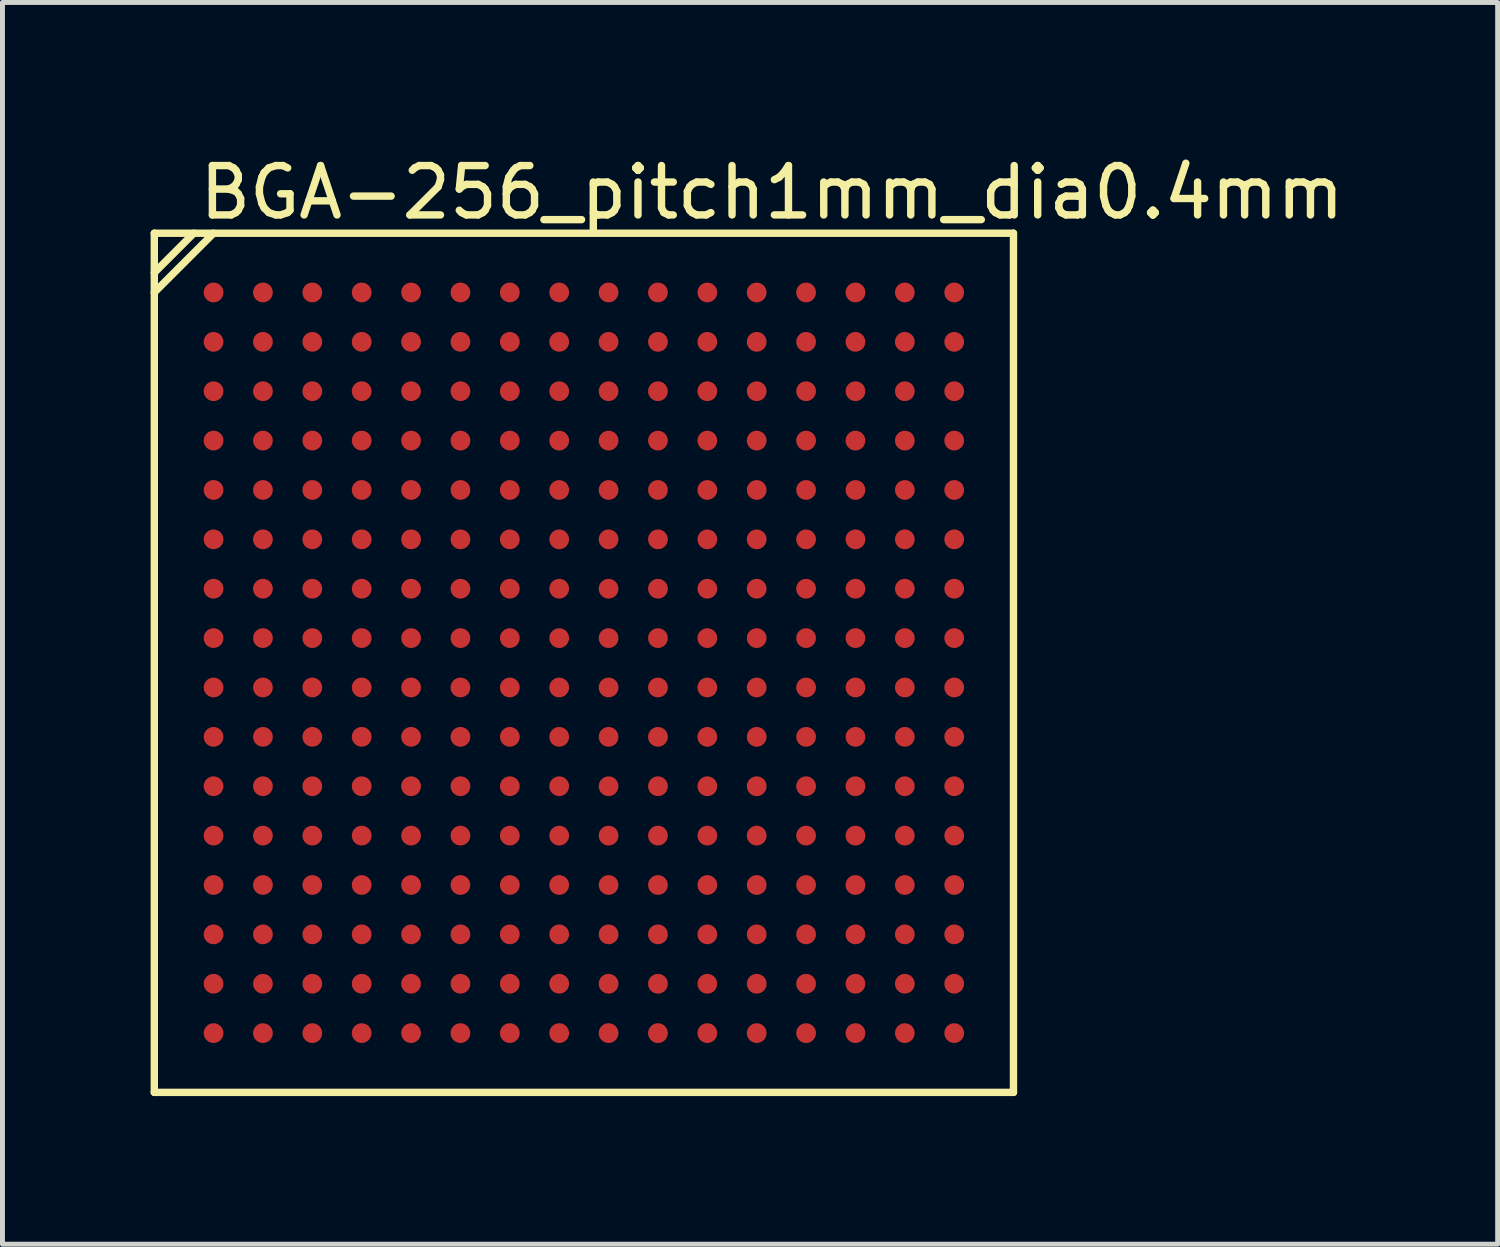
<source format=kicad_pcb>
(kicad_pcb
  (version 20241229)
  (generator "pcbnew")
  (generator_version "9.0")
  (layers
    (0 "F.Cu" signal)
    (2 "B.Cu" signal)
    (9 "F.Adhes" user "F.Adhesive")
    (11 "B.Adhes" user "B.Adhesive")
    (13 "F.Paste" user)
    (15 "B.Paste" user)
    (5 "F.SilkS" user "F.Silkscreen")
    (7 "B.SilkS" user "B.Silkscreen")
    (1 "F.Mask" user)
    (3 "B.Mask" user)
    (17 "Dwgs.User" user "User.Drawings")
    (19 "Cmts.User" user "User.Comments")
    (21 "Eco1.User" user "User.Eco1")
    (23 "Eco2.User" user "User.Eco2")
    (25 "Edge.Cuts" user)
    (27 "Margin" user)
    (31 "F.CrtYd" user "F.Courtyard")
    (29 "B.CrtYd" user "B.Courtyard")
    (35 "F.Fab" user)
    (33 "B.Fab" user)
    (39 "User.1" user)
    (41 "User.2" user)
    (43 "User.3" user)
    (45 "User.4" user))
  (footprint "BGA-256_pitch1mm_dia0.4mm"
    (layer "F.Cu")
    (at 8.775 10.373)
    (property "Reference" "BGA-256_pitch1mm_dia0.4mm" (at 3.81 -9.525 0) (layer "F.SilkS") (effects (font (size 1 1) (thickness 0.15))))
    (attr smd)
    (fp_line (start -8.7 -8.7) (end 8.7 -8.7) (stroke (width 0.15) (type solid)) (layer "F.SilkS"))
    (fp_line (start -8.7 -7.9) (end -7.9 -8.7) (stroke (width 0.15) (type solid)) (layer "F.SilkS"))
    (fp_line (start -8.7 -7.5) (end -7.5 -8.7) (stroke (width 0.15) (type solid)) (layer "F.SilkS"))
    (fp_line (start -8.7 8.7) (end -8.7 -8.7) (stroke (width 0.15) (type solid)) (layer "F.SilkS"))
    (fp_line (start 8.7 -8.7) (end 8.7 8.7) (stroke (width 0.15) (type solid)) (layer "F.SilkS"))
    (fp_line (start 8.7 8.7) (end -8.7 8.7) (stroke (width 0.15) (type solid)) (layer "F.SilkS"))
    (pad "A1" smd circle (at -7.5 -7.5) (size 0.4 0.4) (layers "F.Cu" "F.Mask" "F.Paste"))
    (pad "A2" smd circle (at -6.5 -7.5) (size 0.4 0.4) (layers "F.Cu" "F.Mask" "F.Paste"))
    (pad "A3" smd circle (at -5.5 -7.5) (size 0.4 0.4) (layers "F.Cu" "F.Mask" "F.Paste"))
    (pad "A4" smd circle (at -4.5 -7.5) (size 0.4 0.4) (layers "F.Cu" "F.Mask" "F.Paste"))
    (pad "A5" smd circle (at -3.5 -7.5) (size 0.4 0.4) (layers "F.Cu" "F.Mask" "F.Paste"))
    (pad "A6" smd circle (at -2.5 -7.5) (size 0.4 0.4) (layers "F.Cu" "F.Mask" "F.Paste"))
    (pad "A7" smd circle (at -1.5 -7.5) (size 0.4 0.4) (layers "F.Cu" "F.Mask" "F.Paste"))
    (pad "A8" smd circle (at -0.5 -7.5) (size 0.4 0.4) (layers "F.Cu" "F.Mask" "F.Paste"))
    (pad "A9" smd circle (at 0.5 -7.5) (size 0.4 0.4) (layers "F.Cu" "F.Mask" "F.Paste"))
    (pad "A10" smd circle (at 1.5 -7.5) (size 0.4 0.4) (layers "F.Cu" "F.Mask" "F.Paste"))
    (pad "A11" smd circle (at 2.5 -7.5) (size 0.4 0.4) (layers "F.Cu" "F.Mask" "F.Paste"))
    (pad "A12" smd circle (at 3.5 -7.5) (size 0.4 0.4) (layers "F.Cu" "F.Mask" "F.Paste"))
    (pad "A13" smd circle (at 4.5 -7.5) (size 0.4 0.4) (layers "F.Cu" "F.Mask" "F.Paste"))
    (pad "A14" smd circle (at 5.5 -7.5) (size 0.4 0.4) (layers "F.Cu" "F.Mask" "F.Paste"))
    (pad "A15" smd circle (at 6.5 -7.5) (size 0.4 0.4) (layers "F.Cu" "F.Mask" "F.Paste"))
    (pad "A16" smd circle (at 7.5 -7.5) (size 0.4 0.4) (layers "F.Cu" "F.Mask" "F.Paste"))
    (pad "B1" smd circle (at -7.5 -6.5) (size 0.4 0.4) (layers "F.Cu" "F.Mask" "F.Paste"))
    (pad "B2" smd circle (at -6.5 -6.5) (size 0.4 0.4) (layers "F.Cu" "F.Mask" "F.Paste"))
    (pad "B3" smd circle (at -5.5 -6.5) (size 0.4 0.4) (layers "F.Cu" "F.Mask" "F.Paste"))
    (pad "B4" smd circle (at -4.5 -6.5) (size 0.4 0.4) (layers "F.Cu" "F.Mask" "F.Paste"))
    (pad "B5" smd circle (at -3.5 -6.5) (size 0.4 0.4) (layers "F.Cu" "F.Mask" "F.Paste"))
    (pad "B6" smd circle (at -2.5 -6.5) (size 0.4 0.4) (layers "F.Cu" "F.Mask" "F.Paste"))
    (pad "B7" smd circle (at -1.5 -6.5) (size 0.4 0.4) (layers "F.Cu" "F.Mask" "F.Paste"))
    (pad "B8" smd circle (at -0.5 -6.5) (size 0.4 0.4) (layers "F.Cu" "F.Mask" "F.Paste"))
    (pad "B9" smd circle (at 0.5 -6.5) (size 0.4 0.4) (layers "F.Cu" "F.Mask" "F.Paste"))
    (pad "B10" smd circle (at 1.5 -6.5) (size 0.4 0.4) (layers "F.Cu" "F.Mask" "F.Paste"))
    (pad "B11" smd circle (at 2.5 -6.5) (size 0.4 0.4) (layers "F.Cu" "F.Mask" "F.Paste"))
    (pad "B12" smd circle (at 3.5 -6.5) (size 0.4 0.4) (layers "F.Cu" "F.Mask" "F.Paste"))
    (pad "B13" smd circle (at 4.5 -6.5) (size 0.4 0.4) (layers "F.Cu" "F.Mask" "F.Paste"))
    (pad "B14" smd circle (at 5.5 -6.5) (size 0.4 0.4) (layers "F.Cu" "F.Mask" "F.Paste"))
    (pad "B15" smd circle (at 6.5 -6.5) (size 0.4 0.4) (layers "F.Cu" "F.Mask" "F.Paste"))
    (pad "B16" smd circle (at 7.5 -6.5) (size 0.4 0.4) (layers "F.Cu" "F.Mask" "F.Paste"))
    (pad "C1" smd circle (at -7.5 -5.5) (size 0.4 0.4) (layers "F.Cu" "F.Mask" "F.Paste"))
    (pad "C2" smd circle (at -6.5 -5.5) (size 0.4 0.4) (layers "F.Cu" "F.Mask" "F.Paste"))
    (pad "C3" smd circle (at -5.5 -5.5) (size 0.4 0.4) (layers "F.Cu" "F.Mask" "F.Paste"))
    (pad "C4" smd circle (at -4.5 -5.5) (size 0.4 0.4) (layers "F.Cu" "F.Mask" "F.Paste"))
    (pad "C5" smd circle (at -3.5 -5.5) (size 0.4 0.4) (layers "F.Cu" "F.Mask" "F.Paste"))
    (pad "C6" smd circle (at -2.5 -5.5) (size 0.4 0.4) (layers "F.Cu" "F.Mask" "F.Paste"))
    (pad "C7" smd circle (at -1.5 -5.5) (size 0.4 0.4) (layers "F.Cu" "F.Mask" "F.Paste"))
    (pad "C8" smd circle (at -0.5 -5.5) (size 0.4 0.4) (layers "F.Cu" "F.Mask" "F.Paste"))
    (pad "C9" smd circle (at 0.5 -5.5) (size 0.4 0.4) (layers "F.Cu" "F.Mask" "F.Paste"))
    (pad "C10" smd circle (at 1.5 -5.5) (size 0.4 0.4) (layers "F.Cu" "F.Mask" "F.Paste"))
    (pad "C11" smd circle (at 2.5 -5.5) (size 0.4 0.4) (layers "F.Cu" "F.Mask" "F.Paste"))
    (pad "C12" smd circle (at 3.5 -5.5) (size 0.4 0.4) (layers "F.Cu" "F.Mask" "F.Paste"))
    (pad "C13" smd circle (at 4.5 -5.5) (size 0.4 0.4) (layers "F.Cu" "F.Mask" "F.Paste"))
    (pad "C14" smd circle (at 5.5 -5.5) (size 0.4 0.4) (layers "F.Cu" "F.Mask" "F.Paste"))
    (pad "C15" smd circle (at 6.5 -5.5) (size 0.4 0.4) (layers "F.Cu" "F.Mask" "F.Paste"))
    (pad "C16" smd circle (at 7.5 -5.5) (size 0.4 0.4) (layers "F.Cu" "F.Mask" "F.Paste"))
    (pad "D1" smd circle (at -7.5 -4.5) (size 0.4 0.4) (layers "F.Cu" "F.Mask" "F.Paste"))
    (pad "D2" smd circle (at -6.5 -4.5) (size 0.4 0.4) (layers "F.Cu" "F.Mask" "F.Paste"))
    (pad "D3" smd circle (at -5.5 -4.5) (size 0.4 0.4) (layers "F.Cu" "F.Mask" "F.Paste"))
    (pad "D4" smd circle (at -4.5 -4.5) (size 0.4 0.4) (layers "F.Cu" "F.Mask" "F.Paste"))
    (pad "D5" smd circle (at -3.5 -4.5) (size 0.4 0.4) (layers "F.Cu" "F.Mask" "F.Paste"))
    (pad "D6" smd circle (at -2.5 -4.5) (size 0.4 0.4) (layers "F.Cu" "F.Mask" "F.Paste"))
    (pad "D7" smd circle (at -1.5 -4.5) (size 0.4 0.4) (layers "F.Cu" "F.Mask" "F.Paste"))
    (pad "D8" smd circle (at -0.5 -4.5) (size 0.4 0.4) (layers "F.Cu" "F.Mask" "F.Paste"))
    (pad "D9" smd circle (at 0.5 -4.5) (size 0.4 0.4) (layers "F.Cu" "F.Mask" "F.Paste"))
    (pad "D10" smd circle (at 1.5 -4.5) (size 0.4 0.4) (layers "F.Cu" "F.Mask" "F.Paste"))
    (pad "D11" smd circle (at 2.5 -4.5) (size 0.4 0.4) (layers "F.Cu" "F.Mask" "F.Paste"))
    (pad "D12" smd circle (at 3.5 -4.5) (size 0.4 0.4) (layers "F.Cu" "F.Mask" "F.Paste"))
    (pad "D13" smd circle (at 4.5 -4.5) (size 0.4 0.4) (layers "F.Cu" "F.Mask" "F.Paste"))
    (pad "D14" smd circle (at 5.5 -4.5) (size 0.4 0.4) (layers "F.Cu" "F.Mask" "F.Paste"))
    (pad "D15" smd circle (at 6.5 -4.5) (size 0.4 0.4) (layers "F.Cu" "F.Mask" "F.Paste"))
    (pad "D16" smd circle (at 7.5 -4.5) (size 0.4 0.4) (layers "F.Cu" "F.Mask" "F.Paste"))
    (pad "E1" smd circle (at -7.5 -3.5) (size 0.4 0.4) (layers "F.Cu" "F.Mask" "F.Paste"))
    (pad "E2" smd circle (at -6.5 -3.5) (size 0.4 0.4) (layers "F.Cu" "F.Mask" "F.Paste"))
    (pad "E3" smd circle (at -5.5 -3.5) (size 0.4 0.4) (layers "F.Cu" "F.Mask" "F.Paste"))
    (pad "E4" smd circle (at -4.5 -3.5) (size 0.4 0.4) (layers "F.Cu" "F.Mask" "F.Paste"))
    (pad "E5" smd circle (at -3.5 -3.5) (size 0.4 0.4) (layers "F.Cu" "F.Mask" "F.Paste"))
    (pad "E6" smd circle (at -2.5 -3.5) (size 0.4 0.4) (layers "F.Cu" "F.Mask" "F.Paste"))
    (pad "E7" smd circle (at -1.5 -3.5) (size 0.4 0.4) (layers "F.Cu" "F.Mask" "F.Paste"))
    (pad "E8" smd circle (at -0.5 -3.5) (size 0.4 0.4) (layers "F.Cu" "F.Mask" "F.Paste"))
    (pad "E9" smd circle (at 0.5 -3.5) (size 0.4 0.4) (layers "F.Cu" "F.Mask" "F.Paste"))
    (pad "E10" smd circle (at 1.5 -3.5) (size 0.4 0.4) (layers "F.Cu" "F.Mask" "F.Paste"))
    (pad "E11" smd circle (at 2.5 -3.5) (size 0.4 0.4) (layers "F.Cu" "F.Mask" "F.Paste"))
    (pad "E12" smd circle (at 3.5 -3.5) (size 0.4 0.4) (layers "F.Cu" "F.Mask" "F.Paste"))
    (pad "E13" smd circle (at 4.5 -3.5) (size 0.4 0.4) (layers "F.Cu" "F.Mask" "F.Paste"))
    (pad "E14" smd circle (at 5.5 -3.5) (size 0.4 0.4) (layers "F.Cu" "F.Mask" "F.Paste"))
    (pad "E15" smd circle (at 6.5 -3.5) (size 0.4 0.4) (layers "F.Cu" "F.Mask" "F.Paste"))
    (pad "E16" smd circle (at 7.5 -3.5) (size 0.4 0.4) (layers "F.Cu" "F.Mask" "F.Paste"))
    (pad "F1" smd circle (at -7.5 -2.5) (size 0.4 0.4) (layers "F.Cu" "F.Mask" "F.Paste"))
    (pad "F2" smd circle (at -6.5 -2.5) (size 0.4 0.4) (layers "F.Cu" "F.Mask" "F.Paste"))
    (pad "F3" smd circle (at -5.5 -2.5) (size 0.4 0.4) (layers "F.Cu" "F.Mask" "F.Paste"))
    (pad "F4" smd circle (at -4.5 -2.5) (size 0.4 0.4) (layers "F.Cu" "F.Mask" "F.Paste"))
    (pad "F5" smd circle (at -3.5 -2.5) (size 0.4 0.4) (layers "F.Cu" "F.Mask" "F.Paste"))
    (pad "F6" smd circle (at -2.5 -2.5) (size 0.4 0.4) (layers "F.Cu" "F.Mask" "F.Paste"))
    (pad "F7" smd circle (at -1.5 -2.5) (size 0.4 0.4) (layers "F.Cu" "F.Mask" "F.Paste"))
    (pad "F8" smd circle (at -0.5 -2.5) (size 0.4 0.4) (layers "F.Cu" "F.Mask" "F.Paste"))
    (pad "F9" smd circle (at 0.5 -2.5) (size 0.4 0.4) (layers "F.Cu" "F.Mask" "F.Paste"))
    (pad "F10" smd circle (at 1.5 -2.5) (size 0.4 0.4) (layers "F.Cu" "F.Mask" "F.Paste"))
    (pad "F11" smd circle (at 2.5 -2.5) (size 0.4 0.4) (layers "F.Cu" "F.Mask" "F.Paste"))
    (pad "F12" smd circle (at 3.5 -2.5) (size 0.4 0.4) (layers "F.Cu" "F.Mask" "F.Paste"))
    (pad "F13" smd circle (at 4.5 -2.5) (size 0.4 0.4) (layers "F.Cu" "F.Mask" "F.Paste"))
    (pad "F14" smd circle (at 5.5 -2.5) (size 0.4 0.4) (layers "F.Cu" "F.Mask" "F.Paste"))
    (pad "F15" smd circle (at 6.5 -2.5) (size 0.4 0.4) (layers "F.Cu" "F.Mask" "F.Paste"))
    (pad "F16" smd circle (at 7.5 -2.5) (size 0.4 0.4) (layers "F.Cu" "F.Mask" "F.Paste"))
    (pad "G1" smd circle (at -7.5 -1.5) (size 0.4 0.4) (layers "F.Cu" "F.Mask" "F.Paste"))
    (pad "G2" smd circle (at -6.5 -1.5) (size 0.4 0.4) (layers "F.Cu" "F.Mask" "F.Paste"))
    (pad "G3" smd circle (at -5.5 -1.5) (size 0.4 0.4) (layers "F.Cu" "F.Mask" "F.Paste"))
    (pad "G4" smd circle (at -4.5 -1.5) (size 0.4 0.4) (layers "F.Cu" "F.Mask" "F.Paste"))
    (pad "G5" smd circle (at -3.5 -1.5) (size 0.4 0.4) (layers "F.Cu" "F.Mask" "F.Paste"))
    (pad "G6" smd circle (at -2.5 -1.5) (size 0.4 0.4) (layers "F.Cu" "F.Mask" "F.Paste"))
    (pad "G7" smd circle (at -1.5 -1.5) (size 0.4 0.4) (layers "F.Cu" "F.Mask" "F.Paste"))
    (pad "G8" smd circle (at -0.5 -1.5) (size 0.4 0.4) (layers "F.Cu" "F.Mask" "F.Paste"))
    (pad "G9" smd circle (at 0.5 -1.5) (size 0.4 0.4) (layers "F.Cu" "F.Mask" "F.Paste"))
    (pad "G10" smd circle (at 1.5 -1.5) (size 0.4 0.4) (layers "F.Cu" "F.Mask" "F.Paste"))
    (pad "G11" smd circle (at 2.5 -1.5) (size 0.4 0.4) (layers "F.Cu" "F.Mask" "F.Paste"))
    (pad "G12" smd circle (at 3.5 -1.5) (size 0.4 0.4) (layers "F.Cu" "F.Mask" "F.Paste"))
    (pad "G13" smd circle (at 4.5 -1.5) (size 0.4 0.4) (layers "F.Cu" "F.Mask" "F.Paste"))
    (pad "G14" smd circle (at 5.5 -1.5) (size 0.4 0.4) (layers "F.Cu" "F.Mask" "F.Paste"))
    (pad "G15" smd circle (at 6.5 -1.5) (size 0.4 0.4) (layers "F.Cu" "F.Mask" "F.Paste"))
    (pad "G16" smd circle (at 7.5 -1.5) (size 0.4 0.4) (layers "F.Cu" "F.Mask" "F.Paste"))
    (pad "H1" smd circle (at -7.5 -0.5) (size 0.4 0.4) (layers "F.Cu" "F.Mask" "F.Paste"))
    (pad "H2" smd circle (at -6.5 -0.5) (size 0.4 0.4) (layers "F.Cu" "F.Mask" "F.Paste"))
    (pad "H3" smd circle (at -5.5 -0.5) (size 0.4 0.4) (layers "F.Cu" "F.Mask" "F.Paste"))
    (pad "H4" smd circle (at -4.5 -0.5) (size 0.4 0.4) (layers "F.Cu" "F.Mask" "F.Paste"))
    (pad "H5" smd circle (at -3.5 -0.5) (size 0.4 0.4) (layers "F.Cu" "F.Mask" "F.Paste"))
    (pad "H6" smd circle (at -2.5 -0.5) (size 0.4 0.4) (layers "F.Cu" "F.Mask" "F.Paste"))
    (pad "H7" smd circle (at -1.5 -0.5) (size 0.4 0.4) (layers "F.Cu" "F.Mask" "F.Paste"))
    (pad "H8" smd circle (at -0.5 -0.5) (size 0.4 0.4) (layers "F.Cu" "F.Mask" "F.Paste"))
    (pad "H9" smd circle (at 0.5 -0.5) (size 0.4 0.4) (layers "F.Cu" "F.Mask" "F.Paste"))
    (pad "H10" smd circle (at 1.5 -0.5) (size 0.4 0.4) (layers "F.Cu" "F.Mask" "F.Paste"))
    (pad "H11" smd circle (at 2.5 -0.5) (size 0.4 0.4) (layers "F.Cu" "F.Mask" "F.Paste"))
    (pad "H12" smd circle (at 3.5 -0.5) (size 0.4 0.4) (layers "F.Cu" "F.Mask" "F.Paste"))
    (pad "H13" smd circle (at 4.5 -0.5) (size 0.4 0.4) (layers "F.Cu" "F.Mask" "F.Paste"))
    (pad "H14" smd circle (at 5.5 -0.5) (size 0.4 0.4) (layers "F.Cu" "F.Mask" "F.Paste"))
    (pad "H15" smd circle (at 6.5 -0.5) (size 0.4 0.4) (layers "F.Cu" "F.Mask" "F.Paste"))
    (pad "H16" smd circle (at 7.5 -0.5) (size 0.4 0.4) (layers "F.Cu" "F.Mask" "F.Paste"))
    (pad "J1" smd circle (at -7.5 0.5) (size 0.4 0.4) (layers "F.Cu" "F.Mask" "F.Paste"))
    (pad "J2" smd circle (at -6.5 0.5) (size 0.4 0.4) (layers "F.Cu" "F.Mask" "F.Paste"))
    (pad "J3" smd circle (at -5.5 0.5) (size 0.4 0.4) (layers "F.Cu" "F.Mask" "F.Paste"))
    (pad "J4" smd circle (at -4.5 0.5) (size 0.4 0.4) (layers "F.Cu" "F.Mask" "F.Paste"))
    (pad "J5" smd circle (at -3.5 0.5) (size 0.4 0.4) (layers "F.Cu" "F.Mask" "F.Paste"))
    (pad "J6" smd circle (at -2.5 0.5) (size 0.4 0.4) (layers "F.Cu" "F.Mask" "F.Paste"))
    (pad "J7" smd circle (at -1.5 0.5) (size 0.4 0.4) (layers "F.Cu" "F.Mask" "F.Paste"))
    (pad "J8" smd circle (at -0.5 0.5) (size 0.4 0.4) (layers "F.Cu" "F.Mask" "F.Paste"))
    (pad "J9" smd circle (at 0.5 0.5) (size 0.4 0.4) (layers "F.Cu" "F.Mask" "F.Paste"))
    (pad "J10" smd circle (at 1.5 0.5) (size 0.4 0.4) (layers "F.Cu" "F.Mask" "F.Paste"))
    (pad "J11" smd circle (at 2.5 0.5) (size 0.4 0.4) (layers "F.Cu" "F.Mask" "F.Paste"))
    (pad "J12" smd circle (at 3.5 0.5) (size 0.4 0.4) (layers "F.Cu" "F.Mask" "F.Paste"))
    (pad "J13" smd circle (at 4.5 0.5) (size 0.4 0.4) (layers "F.Cu" "F.Mask" "F.Paste"))
    (pad "J14" smd circle (at 5.5 0.5) (size 0.4 0.4) (layers "F.Cu" "F.Mask" "F.Paste"))
    (pad "J15" smd circle (at 6.5 0.5) (size 0.4 0.4) (layers "F.Cu" "F.Mask" "F.Paste"))
    (pad "J16" smd circle (at 7.5 0.5) (size 0.4 0.4) (layers "F.Cu" "F.Mask" "F.Paste"))
    (pad "K1" smd circle (at -7.5 1.5) (size 0.4 0.4) (layers "F.Cu" "F.Mask" "F.Paste"))
    (pad "K2" smd circle (at -6.5 1.5) (size 0.4 0.4) (layers "F.Cu" "F.Mask" "F.Paste"))
    (pad "K3" smd circle (at -5.5 1.5) (size 0.4 0.4) (layers "F.Cu" "F.Mask" "F.Paste"))
    (pad "K4" smd circle (at -4.5 1.5) (size 0.4 0.4) (layers "F.Cu" "F.Mask" "F.Paste"))
    (pad "K5" smd circle (at -3.5 1.5) (size 0.4 0.4) (layers "F.Cu" "F.Mask" "F.Paste"))
    (pad "K6" smd circle (at -2.5 1.5) (size 0.4 0.4) (layers "F.Cu" "F.Mask" "F.Paste"))
    (pad "K7" smd circle (at -1.5 1.5) (size 0.4 0.4) (layers "F.Cu" "F.Mask" "F.Paste"))
    (pad "K8" smd circle (at -0.5 1.5) (size 0.4 0.4) (layers "F.Cu" "F.Mask" "F.Paste"))
    (pad "K9" smd circle (at 0.5 1.5) (size 0.4 0.4) (layers "F.Cu" "F.Mask" "F.Paste"))
    (pad "K10" smd circle (at 1.5 1.5) (size 0.4 0.4) (layers "F.Cu" "F.Mask" "F.Paste"))
    (pad "K11" smd circle (at 2.5 1.5) (size 0.4 0.4) (layers "F.Cu" "F.Mask" "F.Paste"))
    (pad "K12" smd circle (at 3.5 1.5) (size 0.4 0.4) (layers "F.Cu" "F.Mask" "F.Paste"))
    (pad "K13" smd circle (at 4.5 1.5) (size 0.4 0.4) (layers "F.Cu" "F.Mask" "F.Paste"))
    (pad "K14" smd circle (at 5.5 1.5) (size 0.4 0.4) (layers "F.Cu" "F.Mask" "F.Paste"))
    (pad "K15" smd circle (at 6.5 1.5) (size 0.4 0.4) (layers "F.Cu" "F.Mask" "F.Paste"))
    (pad "K16" smd circle (at 7.5 1.5) (size 0.4 0.4) (layers "F.Cu" "F.Mask" "F.Paste"))
    (pad "L1" smd circle (at -7.5 2.5) (size 0.4 0.4) (layers "F.Cu" "F.Mask" "F.Paste"))
    (pad "L2" smd circle (at -6.5 2.5) (size 0.4 0.4) (layers "F.Cu" "F.Mask" "F.Paste"))
    (pad "L3" smd circle (at -5.5 2.5) (size 0.4 0.4) (layers "F.Cu" "F.Mask" "F.Paste"))
    (pad "L4" smd circle (at -4.5 2.5) (size 0.4 0.4) (layers "F.Cu" "F.Mask" "F.Paste"))
    (pad "L5" smd circle (at -3.5 2.5) (size 0.4 0.4) (layers "F.Cu" "F.Mask" "F.Paste"))
    (pad "L6" smd circle (at -2.5 2.5) (size 0.4 0.4) (layers "F.Cu" "F.Mask" "F.Paste"))
    (pad "L7" smd circle (at -1.5 2.5) (size 0.4 0.4) (layers "F.Cu" "F.Mask" "F.Paste"))
    (pad "L8" smd circle (at -0.5 2.5) (size 0.4 0.4) (layers "F.Cu" "F.Mask" "F.Paste"))
    (pad "L9" smd circle (at 0.5 2.5) (size 0.4 0.4) (layers "F.Cu" "F.Mask" "F.Paste"))
    (pad "L10" smd circle (at 1.5 2.5) (size 0.4 0.4) (layers "F.Cu" "F.Mask" "F.Paste"))
    (pad "L11" smd circle (at 2.5 2.5) (size 0.4 0.4) (layers "F.Cu" "F.Mask" "F.Paste"))
    (pad "L12" smd circle (at 3.5 2.5) (size 0.4 0.4) (layers "F.Cu" "F.Mask" "F.Paste"))
    (pad "L13" smd circle (at 4.5 2.5) (size 0.4 0.4) (layers "F.Cu" "F.Mask" "F.Paste"))
    (pad "L14" smd circle (at 5.5 2.5) (size 0.4 0.4) (layers "F.Cu" "F.Mask" "F.Paste"))
    (pad "L15" smd circle (at 6.5 2.5) (size 0.4 0.4) (layers "F.Cu" "F.Mask" "F.Paste"))
    (pad "L16" smd circle (at 7.5 2.5) (size 0.4 0.4) (layers "F.Cu" "F.Mask" "F.Paste"))
    (pad "M1" smd circle (at -7.5 3.5) (size 0.4 0.4) (layers "F.Cu" "F.Mask" "F.Paste"))
    (pad "M2" smd circle (at -6.5 3.5) (size 0.4 0.4) (layers "F.Cu" "F.Mask" "F.Paste"))
    (pad "M3" smd circle (at -5.5 3.5) (size 0.4 0.4) (layers "F.Cu" "F.Mask" "F.Paste"))
    (pad "M4" smd circle (at -4.5 3.5) (size 0.4 0.4) (layers "F.Cu" "F.Mask" "F.Paste"))
    (pad "M5" smd circle (at -3.5 3.5) (size 0.4 0.4) (layers "F.Cu" "F.Mask" "F.Paste"))
    (pad "M6" smd circle (at -2.5 3.5) (size 0.4 0.4) (layers "F.Cu" "F.Mask" "F.Paste"))
    (pad "M7" smd circle (at -1.5 3.5) (size 0.4 0.4) (layers "F.Cu" "F.Mask" "F.Paste"))
    (pad "M8" smd circle (at -0.5 3.5) (size 0.4 0.4) (layers "F.Cu" "F.Mask" "F.Paste"))
    (pad "M9" smd circle (at 0.5 3.5) (size 0.4 0.4) (layers "F.Cu" "F.Mask" "F.Paste"))
    (pad "M10" smd circle (at 1.5 3.5) (size 0.4 0.4) (layers "F.Cu" "F.Mask" "F.Paste"))
    (pad "M11" smd circle (at 2.5 3.5) (size 0.4 0.4) (layers "F.Cu" "F.Mask" "F.Paste"))
    (pad "M12" smd circle (at 3.5 3.5) (size 0.4 0.4) (layers "F.Cu" "F.Mask" "F.Paste"))
    (pad "M13" smd circle (at 4.5 3.5) (size 0.4 0.4) (layers "F.Cu" "F.Mask" "F.Paste"))
    (pad "M14" smd circle (at 5.5 3.5) (size 0.4 0.4) (layers "F.Cu" "F.Mask" "F.Paste"))
    (pad "M15" smd circle (at 6.5 3.5) (size 0.4 0.4) (layers "F.Cu" "F.Mask" "F.Paste"))
    (pad "M16" smd circle (at 7.5 3.5) (size 0.4 0.4) (layers "F.Cu" "F.Mask" "F.Paste"))
    (pad "N1" smd circle (at -7.5 4.5) (size 0.4 0.4) (layers "F.Cu" "F.Mask" "F.Paste"))
    (pad "N2" smd circle (at -6.5 4.5) (size 0.4 0.4) (layers "F.Cu" "F.Mask" "F.Paste"))
    (pad "N3" smd circle (at -5.5 4.5) (size 0.4 0.4) (layers "F.Cu" "F.Mask" "F.Paste"))
    (pad "N4" smd circle (at -4.5 4.5) (size 0.4 0.4) (layers "F.Cu" "F.Mask" "F.Paste"))
    (pad "N5" smd circle (at -3.5 4.5) (size 0.4 0.4) (layers "F.Cu" "F.Mask" "F.Paste"))
    (pad "N6" smd circle (at -2.5 4.5) (size 0.4 0.4) (layers "F.Cu" "F.Mask" "F.Paste"))
    (pad "N7" smd circle (at -1.5 4.5) (size 0.4 0.4) (layers "F.Cu" "F.Mask" "F.Paste"))
    (pad "N8" smd circle (at -0.5 4.5) (size 0.4 0.4) (layers "F.Cu" "F.Mask" "F.Paste"))
    (pad "N9" smd circle (at 0.5 4.5) (size 0.4 0.4) (layers "F.Cu" "F.Mask" "F.Paste"))
    (pad "N10" smd circle (at 1.5 4.5) (size 0.4 0.4) (layers "F.Cu" "F.Mask" "F.Paste"))
    (pad "N11" smd circle (at 2.5 4.5) (size 0.4 0.4) (layers "F.Cu" "F.Mask" "F.Paste"))
    (pad "N12" smd circle (at 3.5 4.5) (size 0.4 0.4) (layers "F.Cu" "F.Mask" "F.Paste"))
    (pad "N13" smd circle (at 4.5 4.5) (size 0.4 0.4) (layers "F.Cu" "F.Mask" "F.Paste"))
    (pad "N14" smd circle (at 5.5 4.5) (size 0.4 0.4) (layers "F.Cu" "F.Mask" "F.Paste"))
    (pad "N15" smd circle (at 6.5 4.5) (size 0.4 0.4) (layers "F.Cu" "F.Mask" "F.Paste"))
    (pad "N16" smd circle (at 7.5 4.5) (size 0.4 0.4) (layers "F.Cu" "F.Mask" "F.Paste"))
    (pad "P1" smd circle (at -7.5 5.5) (size 0.4 0.4) (layers "F.Cu" "F.Mask" "F.Paste"))
    (pad "P2" smd circle (at -6.5 5.5) (size 0.4 0.4) (layers "F.Cu" "F.Mask" "F.Paste"))
    (pad "P3" smd circle (at -5.5 5.5) (size 0.4 0.4) (layers "F.Cu" "F.Mask" "F.Paste"))
    (pad "P4" smd circle (at -4.5 5.5) (size 0.4 0.4) (layers "F.Cu" "F.Mask" "F.Paste"))
    (pad "P5" smd circle (at -3.5 5.5) (size 0.4 0.4) (layers "F.Cu" "F.Mask" "F.Paste"))
    (pad "P6" smd circle (at -2.5 5.5) (size 0.4 0.4) (layers "F.Cu" "F.Mask" "F.Paste"))
    (pad "P7" smd circle (at -1.5 5.5) (size 0.4 0.4) (layers "F.Cu" "F.Mask" "F.Paste"))
    (pad "P8" smd circle (at -0.5 5.5) (size 0.4 0.4) (layers "F.Cu" "F.Mask" "F.Paste"))
    (pad "P9" smd circle (at 0.5 5.5) (size 0.4 0.4) (layers "F.Cu" "F.Mask" "F.Paste"))
    (pad "P10" smd circle (at 1.5 5.5) (size 0.4 0.4) (layers "F.Cu" "F.Mask" "F.Paste"))
    (pad "P11" smd circle (at 2.5 5.5) (size 0.4 0.4) (layers "F.Cu" "F.Mask" "F.Paste"))
    (pad "P12" smd circle (at 3.5 5.5) (size 0.4 0.4) (layers "F.Cu" "F.Mask" "F.Paste"))
    (pad "P13" smd circle (at 4.5 5.5) (size 0.4 0.4) (layers "F.Cu" "F.Mask" "F.Paste"))
    (pad "P14" smd circle (at 5.5 5.5) (size 0.4 0.4) (layers "F.Cu" "F.Mask" "F.Paste"))
    (pad "P15" smd circle (at 6.5 5.5) (size 0.4 0.4) (layers "F.Cu" "F.Mask" "F.Paste"))
    (pad "P16" smd circle (at 7.5 5.5) (size 0.4 0.4) (layers "F.Cu" "F.Mask" "F.Paste"))
    (pad "R1" smd circle (at -7.5 6.5) (size 0.4 0.4) (layers "F.Cu" "F.Mask" "F.Paste"))
    (pad "R2" smd circle (at -6.5 6.5) (size 0.4 0.4) (layers "F.Cu" "F.Mask" "F.Paste"))
    (pad "R3" smd circle (at -5.5 6.5) (size 0.4 0.4) (layers "F.Cu" "F.Mask" "F.Paste"))
    (pad "R4" smd circle (at -4.5 6.5) (size 0.4 0.4) (layers "F.Cu" "F.Mask" "F.Paste"))
    (pad "R5" smd circle (at -3.5 6.5) (size 0.4 0.4) (layers "F.Cu" "F.Mask" "F.Paste"))
    (pad "R6" smd circle (at -2.5 6.5) (size 0.4 0.4) (layers "F.Cu" "F.Mask" "F.Paste"))
    (pad "R7" smd circle (at -1.5 6.5) (size 0.4 0.4) (layers "F.Cu" "F.Mask" "F.Paste"))
    (pad "R8" smd circle (at -0.5 6.5) (size 0.4 0.4) (layers "F.Cu" "F.Mask" "F.Paste"))
    (pad "R9" smd circle (at 0.5 6.5) (size 0.4 0.4) (layers "F.Cu" "F.Mask" "F.Paste"))
    (pad "R10" smd circle (at 1.5 6.5) (size 0.4 0.4) (layers "F.Cu" "F.Mask" "F.Paste"))
    (pad "R11" smd circle (at 2.5 6.5) (size 0.4 0.4) (layers "F.Cu" "F.Mask" "F.Paste"))
    (pad "R12" smd circle (at 3.5 6.5) (size 0.4 0.4) (layers "F.Cu" "F.Mask" "F.Paste"))
    (pad "R13" smd circle (at 4.5 6.5) (size 0.4 0.4) (layers "F.Cu" "F.Mask" "F.Paste"))
    (pad "R14" smd circle (at 5.5 6.5) (size 0.4 0.4) (layers "F.Cu" "F.Mask" "F.Paste"))
    (pad "R15" smd circle (at 6.5 6.5) (size 0.4 0.4) (layers "F.Cu" "F.Mask" "F.Paste"))
    (pad "R16" smd circle (at 7.5 6.5) (size 0.4 0.4) (layers "F.Cu" "F.Mask" "F.Paste"))
    (pad "T1" smd circle (at -7.5 7.5) (size 0.4 0.4) (layers "F.Cu" "F.Mask" "F.Paste"))
    (pad "T2" smd circle (at -6.5 7.5) (size 0.4 0.4) (layers "F.Cu" "F.Mask" "F.Paste"))
    (pad "T3" smd circle (at -5.5 7.5) (size 0.4 0.4) (layers "F.Cu" "F.Mask" "F.Paste"))
    (pad "T4" smd circle (at -4.5 7.5) (size 0.4 0.4) (layers "F.Cu" "F.Mask" "F.Paste"))
    (pad "T5" smd circle (at -3.5 7.5) (size 0.4 0.4) (layers "F.Cu" "F.Mask" "F.Paste"))
    (pad "T6" smd circle (at -2.5 7.5) (size 0.4 0.4) (layers "F.Cu" "F.Mask" "F.Paste"))
    (pad "T7" smd circle (at -1.5 7.5) (size 0.4 0.4) (layers "F.Cu" "F.Mask" "F.Paste"))
    (pad "T8" smd circle (at -0.5 7.5) (size 0.4 0.4) (layers "F.Cu" "F.Mask" "F.Paste"))
    (pad "T9" smd circle (at 0.5 7.5) (size 0.4 0.4) (layers "F.Cu" "F.Mask" "F.Paste"))
    (pad "T10" smd circle (at 1.5 7.5) (size 0.4 0.4) (layers "F.Cu" "F.Mask" "F.Paste"))
    (pad "T11" smd circle (at 2.5 7.5) (size 0.4 0.4) (layers "F.Cu" "F.Mask" "F.Paste"))
    (pad "T12" smd circle (at 3.5 7.5) (size 0.4 0.4) (layers "F.Cu" "F.Mask" "F.Paste"))
    (pad "T13" smd circle (at 4.5 7.5) (size 0.4 0.4) (layers "F.Cu" "F.Mask" "F.Paste"))
    (pad "T14" smd circle (at 5.5 7.5) (size 0.4 0.4) (layers "F.Cu" "F.Mask" "F.Paste"))
    (pad "T15" smd circle (at 6.5 7.5) (size 0.4 0.4) (layers "F.Cu" "F.Mask" "F.Paste"))
    (pad "T16" smd circle (at 7.5 7.5) (size 0.4 0.4) (layers "F.Cu" "F.Mask" "F.Paste")))
  (gr_rect
    (start -3 -3)
    (end 27.281 22.148)
    (stroke (width 0.1) (type default))
    (fill no)
    (layer "Edge.Cuts")))
</source>
